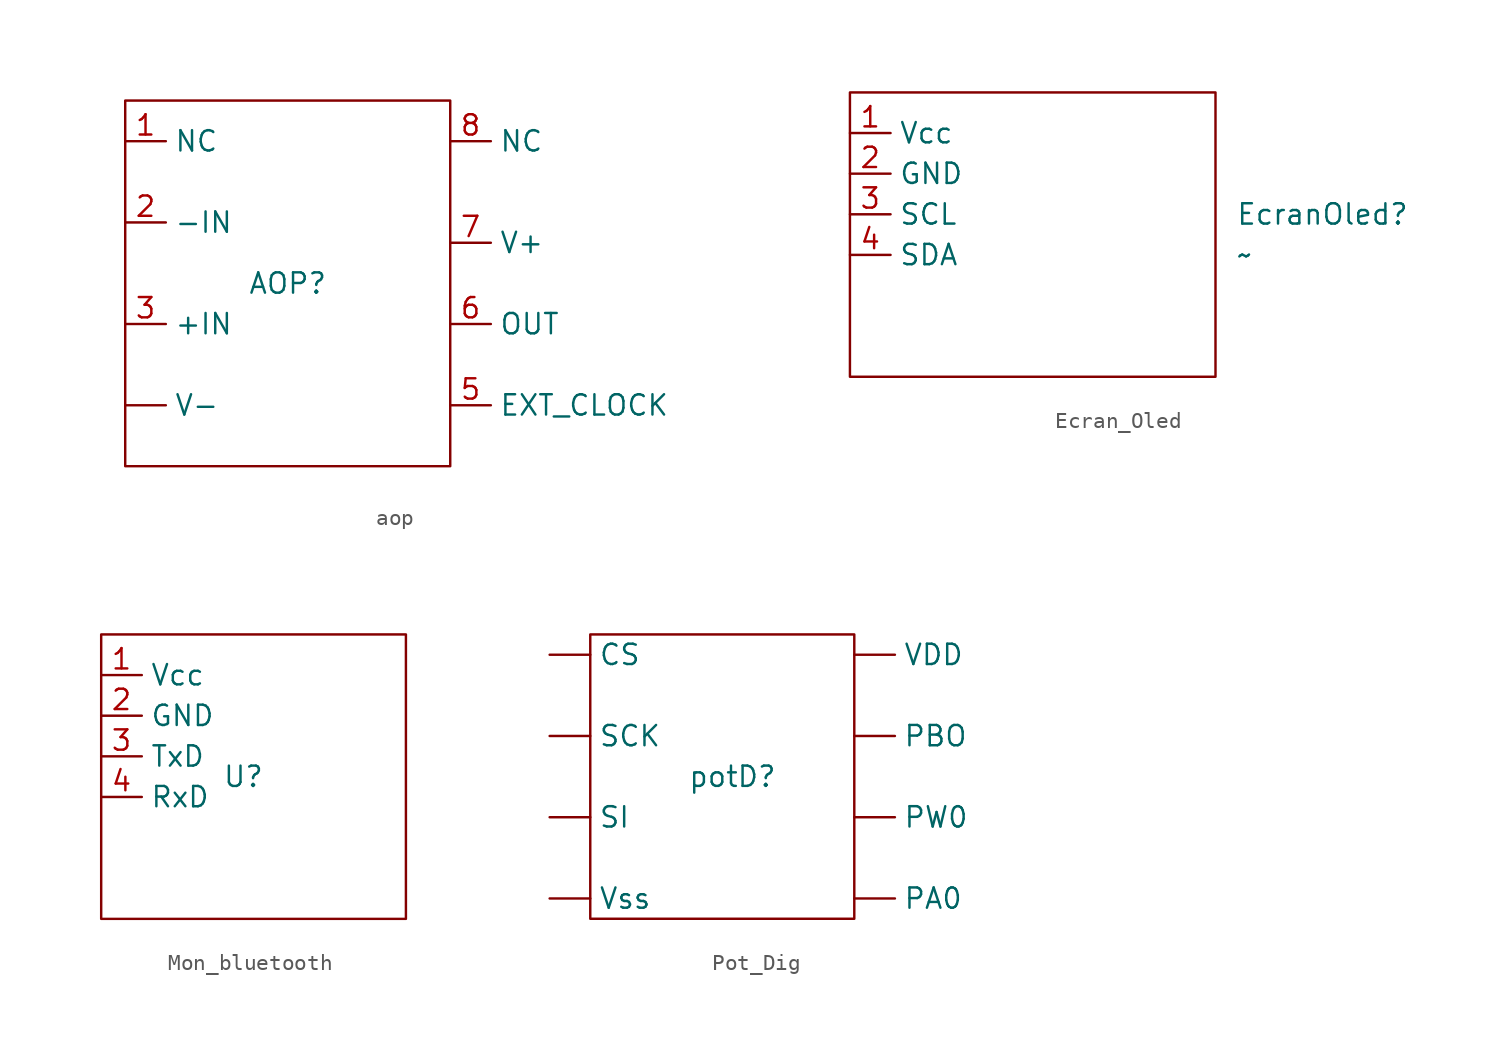
<source format=kicad_sym>
(kicad_symbol_lib
  (version 20241209)
  (generator "kicad_symbol_editor")
  (generator_version "9.0")
  (symbol "aop"
    (property "Reference" "AOP"
      (at 0 0 0)
      (effects (font (size 1.27 1.27))))
    (property "Value" ""
      (at 0 0 0)
      (effects (font (size 1.27 1.27))))
    (symbol "aop_0_1"
      (rectangle (start -10.16 11.43) (end 10.16 -11.43) (stroke (width 0) (type default)) (fill (type none))))
    (symbol "aop_1_1"
      (pin input line (at -10.16 8.89 0) (length 2.54) (name "NC" (effects (font (size 1.27 1.27)))) (number "1" (effects (font (size 1.27 1.27)))))
      (pin input line (at -10.16 3.81 0) (length 2.54) (name "-IN" (effects (font (size 1.27 1.27)))) (number "2" (effects (font (size 1.27 1.27)))))
      (pin input line (at -10.16 -2.54 0) (length 2.54) (name "+IN" (effects (font (size 1.27 1.27)))) (number "3" (effects (font (size 1.27 1.27)))))
      (pin input line (at -10.16 -7.62 0) (length 2.54) (name "V-" (effects (font (size 1.27 1.27)))) (number "" (effects (font (size 1.27 1.27)))))
      (pin input line (at 10.16 8.89 0) (length 2.54) (name "NC" (effects (font (size 1.27 1.27)))) (number "8" (effects (font (size 1.27 1.27)))))
      (pin input line (at 10.16 2.54 0) (length 2.54) (name "V+" (effects (font (size 1.27 1.27)))) (number "7" (effects (font (size 1.27 1.27)))))
      (pin input line (at 10.16 -2.54 0) (length 2.54) (name "OUT" (effects (font (size 1.27 1.27)))) (number "6" (effects (font (size 1.27 1.27)))))
      (pin input line (at 10.16 -7.62 0) (length 2.54) (name "EXT_CLOCK" (effects (font (size 1.27 1.27)))) (number "5" (effects (font (size 1.27 1.27)))))))
  (symbol "Ecran_Oled"
    (property "Reference" "EcranOled"
      (at 12.7 1.27 0)
      (effects (font (size 1.27 1.27)) (justify left)))
    (property "Value" "~"
      (at 12.7 -1.27 0)
      (effects (font (size 1.27 1.27)) (justify left)))
    (symbol "Ecran_Oled_0_1"
      (rectangle (start -11.43 8.89) (end 11.43 -8.89) (stroke (width 0) (type default)) (fill (type none))))
    (symbol "Ecran_Oled_1_1"
      (pin input line (at -11.43 6.35 0) (length 2.54) (name "Vcc" (effects (font (size 1.27 1.27)))) (number "1" (effects (font (size 1.27 1.27)))))
      (pin input line (at -11.43 3.81 0) (length 2.54) (name "GND" (effects (font (size 1.27 1.27)))) (number "2" (effects (font (size 1.27 1.27)))))
      (pin input line (at -11.43 1.27 0) (length 2.54) (name "SCL" (effects (font (size 1.27 1.27)))) (number "3" (effects (font (size 1.27 1.27)))))
      (pin input line (at -11.43 -1.27 0) (length 2.54) (name "SDA" (effects (font (size 1.27 1.27)))) (number "4" (effects (font (size 1.27 1.27)))))))
  (symbol "Mon_bluetooth"
    (property "Reference" "U"
      (at 0 0 0)
      (effects (font (size 1.27 1.27))))
    (property "Value" ""
      (at 0 0 0)
      (effects (font (size 1.27 1.27))))
    (symbol "Mon_bluetooth_0_1"
      (rectangle (start -8.89 8.89) (end 10.16 -8.89) (stroke (width 0) (type default)) (fill (type none))))
    (symbol "Mon_bluetooth_1_1"
      (pin input line (at -8.89 6.35 0) (length 2.54) (name "Vcc" (effects (font (size 1.27 1.27)))) (number "1" (effects (font (size 1.27 1.27)))))
      (pin input line (at -8.89 3.81 0) (length 2.54) (name "GND" (effects (font (size 1.27 1.27)))) (number "2" (effects (font (size 1.27 1.27)))))
      (pin input line (at -8.89 1.27 0) (length 2.54) (name "TxD" (effects (font (size 1.27 1.27)))) (number "3" (effects (font (size 1.27 1.27)))))
      (pin input line (at -8.89 -1.27 0) (length 2.54) (name "RxD" (effects (font (size 1.27 1.27)))) (number "4" (effects (font (size 1.27 1.27)))))))
  (symbol "Pot_Dig"
    (property "Reference" "potD"
      (at 0 0 0)
      (effects (font (size 1.27 1.27))))
    (property "Value" ""
      (at 0 0 0)
      (effects (font (size 1.27 1.27))))
    (symbol "Pot_Dig_0_1"
      (rectangle (start -8.89 8.89) (end 7.62 -8.89) (stroke (width 0) (type default)) (fill (type none))))
    (symbol "Pot_Dig_1_1"
      (pin input line (at -11.43 7.62 0) (length 2.54) (name "CS" (effects (font (size 1.27 1.27)))) (number "" (effects (font (size 1.27 1.27)))))
      (pin input line (at -11.43 2.54 0) (length 2.54) (name "SCK" (effects (font (size 1.27 1.27)))) (number "" (effects (font (size 1.27 1.27)))))
      (pin input line (at -11.43 -2.54 0) (length 2.54) (name "SI" (effects (font (size 1.27 1.27)))) (number "" (effects (font (size 1.27 1.27)))))
      (pin input line (at -11.43 -7.62 0) (length 2.54) (name "Vss" (effects (font (size 1.27 1.27)))) (number "" (effects (font (size 1.27 1.27)))))
      (pin input line (at 7.62 7.62 0) (length 2.54) (name "VDD" (effects (font (size 1.27 1.27)))) (number "" (effects (font (size 1.27 1.27)))))
      (pin input line (at 7.62 2.54 0) (length 2.54) (name "PBO" (effects (font (size 1.27 1.27)))) (number "" (effects (font (size 1.27 1.27)))))
      (pin input line (at 7.62 -2.54 0) (length 2.54) (name "PW0" (effects (font (size 1.27 1.27)))) (number "" (effects (font (size 1.27 1.27)))))
      (pin input line (at 7.62 -7.62 0) (length 2.54) (name "PA0" (effects (font (size 1.27 1.27)))) (number "" (effects (font (size 1.27 1.27))))))))
</source>
